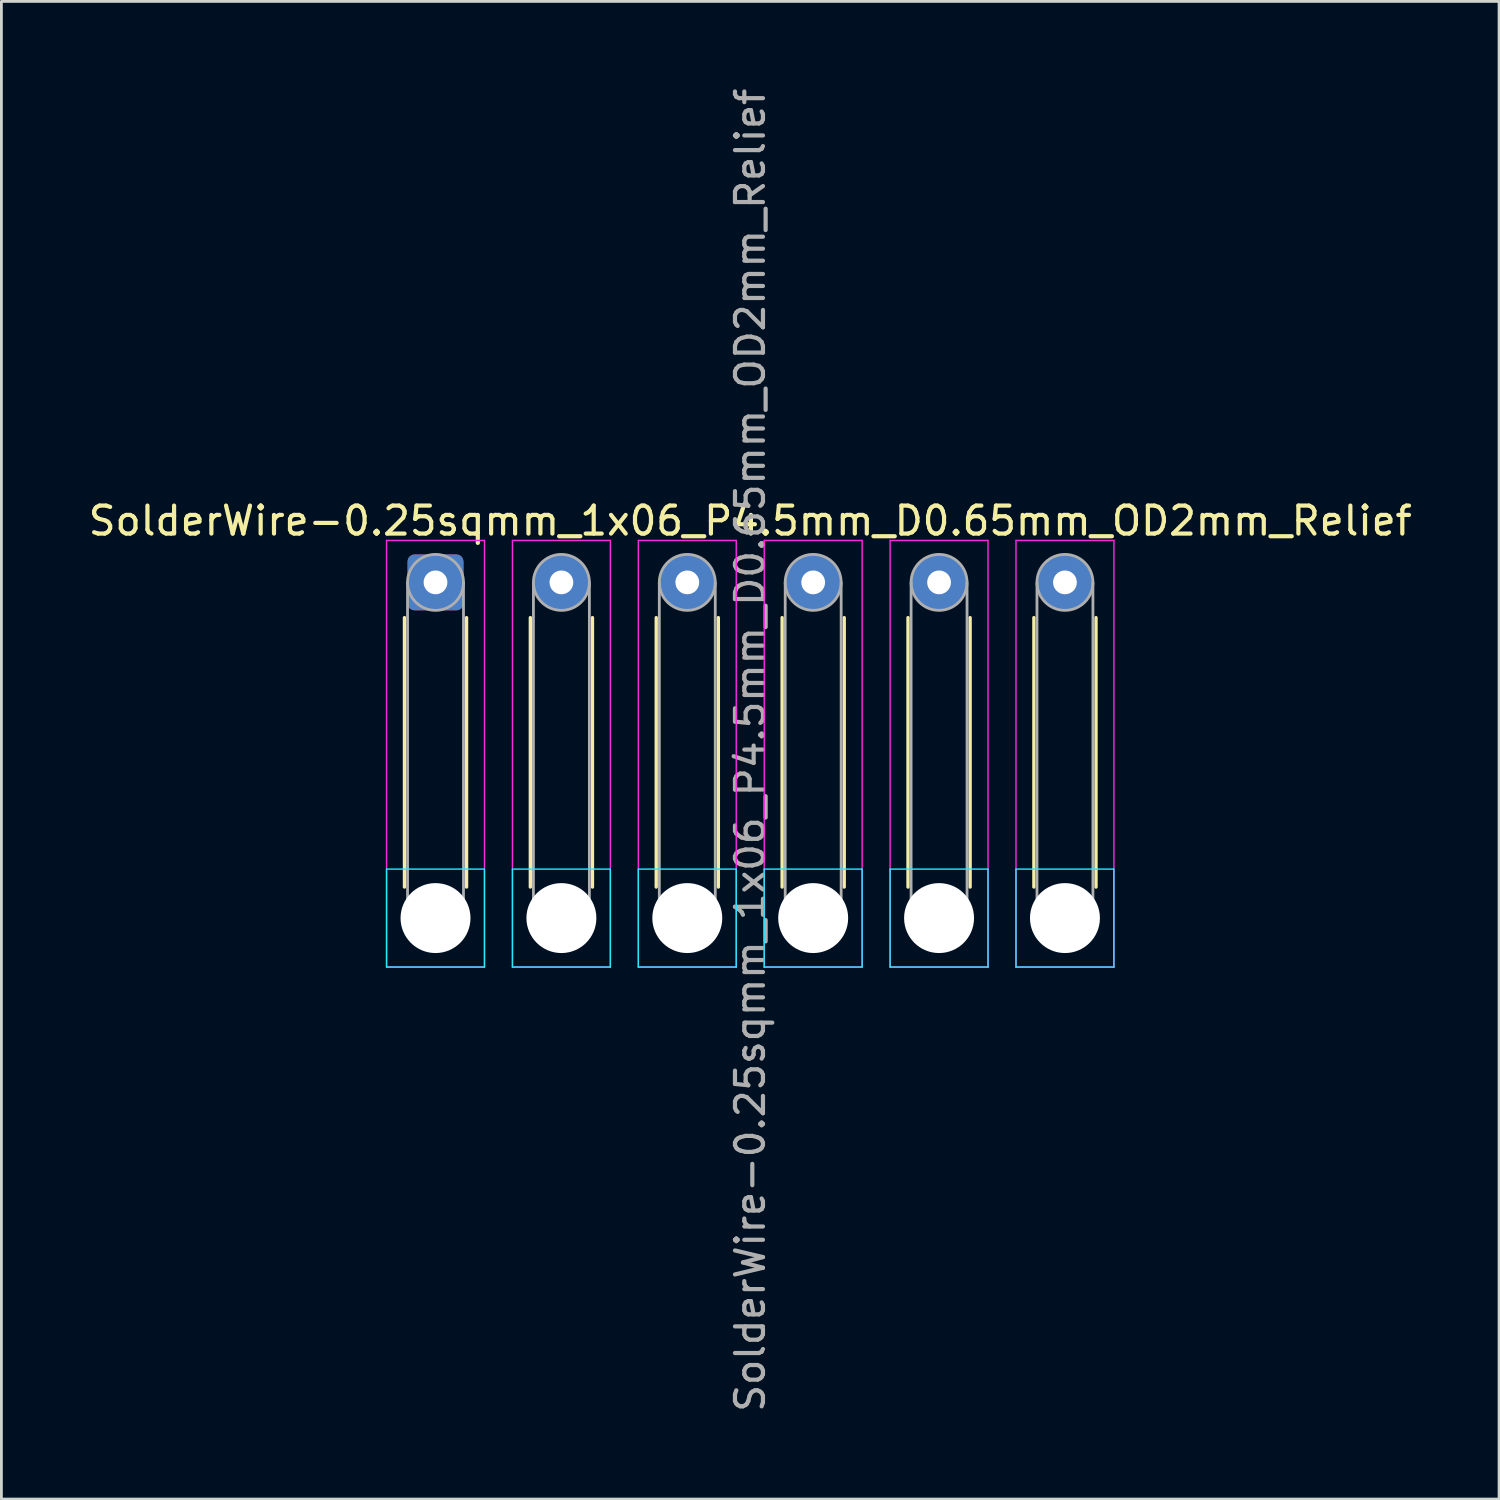
<source format=kicad_pcb>
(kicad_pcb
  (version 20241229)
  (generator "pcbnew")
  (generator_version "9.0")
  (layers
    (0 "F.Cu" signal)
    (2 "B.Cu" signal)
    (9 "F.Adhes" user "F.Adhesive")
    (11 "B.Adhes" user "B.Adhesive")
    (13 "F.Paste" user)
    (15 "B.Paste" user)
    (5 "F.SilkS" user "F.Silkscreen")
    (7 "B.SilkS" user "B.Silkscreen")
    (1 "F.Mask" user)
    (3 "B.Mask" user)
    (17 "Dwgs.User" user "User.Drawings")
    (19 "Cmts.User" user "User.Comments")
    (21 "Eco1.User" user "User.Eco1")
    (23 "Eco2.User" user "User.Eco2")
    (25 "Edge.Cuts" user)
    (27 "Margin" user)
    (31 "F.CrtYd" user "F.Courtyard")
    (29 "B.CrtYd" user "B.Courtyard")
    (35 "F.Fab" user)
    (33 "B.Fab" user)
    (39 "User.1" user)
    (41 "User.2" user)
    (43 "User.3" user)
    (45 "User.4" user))
  (footprint "SolderWire-0.25sqmm_1x06_P4.5mm_D0.65mm_OD2mm_Relief"
    (layer "F.Cu")
    (at 12.518 17.768)
    (property "Reference" "SolderWire-0.25sqmm_1x06_P4.5mm_D0.65mm_OD2mm_Relief" (at 11.25 -2.2 0) (layer "F.SilkS") (effects (font (size 1 1) (thickness 0.15))))
    (attr exclude_from_pos_files exclude_from_bom)
    (fp_line (start -1.11 1.26) (end -1.11 10.89) (stroke (width 0.12) (type solid)) (layer "F.SilkS"))
    (fp_line (start 1.11 1.26) (end 1.11 10.89) (stroke (width 0.12) (type solid)) (layer "F.SilkS"))
    (fp_line (start 3.39 1.26) (end 3.39 10.89) (stroke (width 0.12) (type solid)) (layer "F.SilkS"))
    (fp_line (start 5.61 1.26) (end 5.61 10.89) (stroke (width 0.12) (type solid)) (layer "F.SilkS"))
    (fp_line (start 7.89 1.26) (end 7.89 10.89) (stroke (width 0.12) (type solid)) (layer "F.SilkS"))
    (fp_line (start 10.11 1.26) (end 10.11 10.89) (stroke (width 0.12) (type solid)) (layer "F.SilkS"))
    (fp_line (start 12.39 1.26) (end 12.39 10.89) (stroke (width 0.12) (type solid)) (layer "F.SilkS"))
    (fp_line (start 14.61 1.26) (end 14.61 10.89) (stroke (width 0.12) (type solid)) (layer "F.SilkS"))
    (fp_line (start 16.89 1.26) (end 16.89 10.89) (stroke (width 0.12) (type solid)) (layer "F.SilkS"))
    (fp_line (start 19.11 1.26) (end 19.11 10.89) (stroke (width 0.12) (type solid)) (layer "F.SilkS"))
    (fp_line (start 21.39 1.26) (end 21.39 10.89) (stroke (width 0.12) (type solid)) (layer "F.SilkS"))
    (fp_line (start 23.61 1.26) (end 23.61 10.89) (stroke (width 0.12) (type solid)) (layer "F.SilkS"))
    (fp_line (start -1.75 10.25) (end -1.75 13.75) (stroke (width 0.05) (type solid)) (layer "B.CrtYd"))
    (fp_line (start -1.75 13.75) (end 1.75 13.75) (stroke (width 0.05) (type solid)) (layer "B.CrtYd"))
    (fp_line (start 1.75 10.25) (end -1.75 10.25) (stroke (width 0.05) (type solid)) (layer "B.CrtYd"))
    (fp_line (start 1.75 13.75) (end 1.75 10.25) (stroke (width 0.05) (type solid)) (layer "B.CrtYd"))
    (fp_line (start 2.75 10.25) (end 2.75 13.75) (stroke (width 0.05) (type solid)) (layer "B.CrtYd"))
    (fp_line (start 2.75 13.75) (end 6.25 13.75) (stroke (width 0.05) (type solid)) (layer "B.CrtYd"))
    (fp_line (start 6.25 10.25) (end 2.75 10.25) (stroke (width 0.05) (type solid)) (layer "B.CrtYd"))
    (fp_line (start 6.25 13.75) (end 6.25 10.25) (stroke (width 0.05) (type solid)) (layer "B.CrtYd"))
    (fp_line (start 7.25 10.25) (end 7.25 13.75) (stroke (width 0.05) (type solid)) (layer "B.CrtYd"))
    (fp_line (start 7.25 13.75) (end 10.75 13.75) (stroke (width 0.05) (type solid)) (layer "B.CrtYd"))
    (fp_line (start 10.75 10.25) (end 7.25 10.25) (stroke (width 0.05) (type solid)) (layer "B.CrtYd"))
    (fp_line (start 10.75 13.75) (end 10.75 10.25) (stroke (width 0.05) (type solid)) (layer "B.CrtYd"))
    (fp_line (start 11.75 10.25) (end 11.75 13.75) (stroke (width 0.05) (type solid)) (layer "B.CrtYd"))
    (fp_line (start 11.75 13.75) (end 15.25 13.75) (stroke (width 0.05) (type solid)) (layer "B.CrtYd"))
    (fp_line (start 15.25 10.25) (end 11.75 10.25) (stroke (width 0.05) (type solid)) (layer "B.CrtYd"))
    (fp_line (start 15.25 13.75) (end 15.25 10.25) (stroke (width 0.05) (type solid)) (layer "B.CrtYd"))
    (fp_line (start 16.25 10.25) (end 16.25 13.75) (stroke (width 0.05) (type solid)) (layer "B.CrtYd"))
    (fp_line (start 16.25 13.75) (end 19.75 13.75) (stroke (width 0.05) (type solid)) (layer "B.CrtYd"))
    (fp_line (start 19.75 10.25) (end 16.25 10.25) (stroke (width 0.05) (type solid)) (layer "B.CrtYd"))
    (fp_line (start 19.75 13.75) (end 19.75 10.25) (stroke (width 0.05) (type solid)) (layer "B.CrtYd"))
    (fp_line (start 20.75 10.25) (end 20.75 13.75) (stroke (width 0.05) (type solid)) (layer "B.CrtYd"))
    (fp_line (start 20.75 13.75) (end 24.25 13.75) (stroke (width 0.05) (type solid)) (layer "B.CrtYd"))
    (fp_line (start 24.25 10.25) (end 20.75 10.25) (stroke (width 0.05) (type solid)) (layer "B.CrtYd"))
    (fp_line (start 24.25 13.75) (end 24.25 10.25) (stroke (width 0.05) (type solid)) (layer "B.CrtYd"))
    (fp_line (start -1.75 -1.5) (end -1.75 13.75) (stroke (width 0.05) (type solid)) (layer "F.CrtYd"))
    (fp_line (start -1.75 13.75) (end 1.75 13.75) (stroke (width 0.05) (type solid)) (layer "F.CrtYd"))
    (fp_line (start 1.75 -1.5) (end -1.75 -1.5) (stroke (width 0.05) (type solid)) (layer "F.CrtYd"))
    (fp_line (start 1.75 13.75) (end 1.75 -1.5) (stroke (width 0.05) (type solid)) (layer "F.CrtYd"))
    (fp_line (start 2.75 -1.5) (end 2.75 13.75) (stroke (width 0.05) (type solid)) (layer "F.CrtYd"))
    (fp_line (start 2.75 13.75) (end 6.25 13.75) (stroke (width 0.05) (type solid)) (layer "F.CrtYd"))
    (fp_line (start 6.25 -1.5) (end 2.75 -1.5) (stroke (width 0.05) (type solid)) (layer "F.CrtYd"))
    (fp_line (start 6.25 13.75) (end 6.25 -1.5) (stroke (width 0.05) (type solid)) (layer "F.CrtYd"))
    (fp_line (start 7.25 -1.5) (end 7.25 13.75) (stroke (width 0.05) (type solid)) (layer "F.CrtYd"))
    (fp_line (start 7.25 13.75) (end 10.75 13.75) (stroke (width 0.05) (type solid)) (layer "F.CrtYd"))
    (fp_line (start 10.75 -1.5) (end 7.25 -1.5) (stroke (width 0.05) (type solid)) (layer "F.CrtYd"))
    (fp_line (start 10.75 13.75) (end 10.75 -1.5) (stroke (width 0.05) (type solid)) (layer "F.CrtYd"))
    (fp_line (start 11.75 -1.5) (end 11.75 13.75) (stroke (width 0.05) (type solid)) (layer "F.CrtYd"))
    (fp_line (start 11.75 13.75) (end 15.25 13.75) (stroke (width 0.05) (type solid)) (layer "F.CrtYd"))
    (fp_line (start 15.25 -1.5) (end 11.75 -1.5) (stroke (width 0.05) (type solid)) (layer "F.CrtYd"))
    (fp_line (start 15.25 13.75) (end 15.25 -1.5) (stroke (width 0.05) (type solid)) (layer "F.CrtYd"))
    (fp_line (start 16.25 -1.5) (end 16.25 13.75) (stroke (width 0.05) (type solid)) (layer "F.CrtYd"))
    (fp_line (start 16.25 13.75) (end 19.75 13.75) (stroke (width 0.05) (type solid)) (layer "F.CrtYd"))
    (fp_line (start 19.75 -1.5) (end 16.25 -1.5) (stroke (width 0.05) (type solid)) (layer "F.CrtYd"))
    (fp_line (start 19.75 13.75) (end 19.75 -1.5) (stroke (width 0.05) (type solid)) (layer "F.CrtYd"))
    (fp_line (start 20.75 -1.5) (end 20.75 13.75) (stroke (width 0.05) (type solid)) (layer "F.CrtYd"))
    (fp_line (start 20.75 13.75) (end 24.25 13.75) (stroke (width 0.05) (type solid)) (layer "F.CrtYd"))
    (fp_line (start 24.25 -1.5) (end 20.75 -1.5) (stroke (width 0.05) (type solid)) (layer "F.CrtYd"))
    (fp_line (start 24.25 13.75) (end 24.25 -1.5) (stroke (width 0.05) (type solid)) (layer "F.CrtYd"))
    (fp_line (start -1 0) (end -1 12) (stroke (width 0.1) (type solid)) (layer "F.Fab"))
    (fp_line (start 1 0) (end 1 12) (stroke (width 0.1) (type solid)) (layer "F.Fab"))
    (fp_line (start 3.5 0) (end 3.5 12) (stroke (width 0.1) (type solid)) (layer "F.Fab"))
    (fp_line (start 5.5 0) (end 5.5 12) (stroke (width 0.1) (type solid)) (layer "F.Fab"))
    (fp_line (start 8 0) (end 8 12) (stroke (width 0.1) (type solid)) (layer "F.Fab"))
    (fp_line (start 10 0) (end 10 12) (stroke (width 0.1) (type solid)) (layer "F.Fab"))
    (fp_line (start 12.5 0) (end 12.5 12) (stroke (width 0.1) (type solid)) (layer "F.Fab"))
    (fp_line (start 14.5 0) (end 14.5 12) (stroke (width 0.1) (type solid)) (layer "F.Fab"))
    (fp_line (start 17 0) (end 17 12) (stroke (width 0.1) (type solid)) (layer "F.Fab"))
    (fp_line (start 19 0) (end 19 12) (stroke (width 0.1) (type solid)) (layer "F.Fab"))
    (fp_line (start 21.5 0) (end 21.5 12) (stroke (width 0.1) (type solid)) (layer "F.Fab"))
    (fp_line (start 23.5 0) (end 23.5 12) (stroke (width 0.1) (type solid)) (layer "F.Fab"))
    (fp_circle (center 0 0) (end 1 0) (stroke (width 0.1) (type solid)) (fill no) (layer "F.Fab"))
    (fp_circle (center 0 12) (end 1 12) (stroke (width 0.1) (type solid)) (fill no) (layer "F.Fab"))
    (fp_circle (center 4.5 0) (end 5.5 0) (stroke (width 0.1) (type solid)) (fill no) (layer "F.Fab"))
    (fp_circle (center 4.5 12) (end 5.5 12) (stroke (width 0.1) (type solid)) (fill no) (layer "F.Fab"))
    (fp_circle (center 9 0) (end 10 0) (stroke (width 0.1) (type solid)) (fill no) (layer "F.Fab"))
    (fp_circle (center 9 12) (end 10 12) (stroke (width 0.1) (type solid)) (fill no) (layer "F.Fab"))
    (fp_circle (center 13.5 0) (end 14.5 0) (stroke (width 0.1) (type solid)) (fill no) (layer "F.Fab"))
    (fp_circle (center 13.5 12) (end 14.5 12) (stroke (width 0.1) (type solid)) (fill no) (layer "F.Fab"))
    (fp_circle (center 18 0) (end 19 0) (stroke (width 0.1) (type solid)) (fill no) (layer "F.Fab"))
    (fp_circle (center 18 12) (end 19 12) (stroke (width 0.1) (type solid)) (fill no) (layer "F.Fab"))
    (fp_circle (center 22.5 0) (end 23.5 0) (stroke (width 0.1) (type solid)) (fill no) (layer "F.Fab"))
    (fp_circle (center 22.5 12) (end 23.5 12) (stroke (width 0.1) (type solid)) (fill no) (layer "F.Fab"))
    (fp_text user "${REFERENCE}" (at 11.25 6 90) (layer "F.Fab") (effects (font (size 1 1) (thickness 0.15))))
    (pad "" np_thru_hole circle (at 0 12) (size 2.5 2.5) (drill 2.5) (layers "*.Cu" "*.Mask"))
    (pad "" np_thru_hole circle (at 4.5 12) (size 2.5 2.5) (drill 2.5) (layers "*.Cu" "*.Mask"))
    (pad "" np_thru_hole circle (at 9 12) (size 2.5 2.5) (drill 2.5) (layers "*.Cu" "*.Mask"))
    (pad "" np_thru_hole circle (at 13.5 12) (size 2.5 2.5) (drill 2.5) (layers "*.Cu" "*.Mask"))
    (pad "" np_thru_hole circle (at 18 12) (size 2.5 2.5) (drill 2.5) (layers "*.Cu" "*.Mask"))
    (pad "" np_thru_hole circle (at 22.5 12) (size 2.5 2.5) (drill 2.5) (layers "*.Cu" "*.Mask"))
    (pad "1" thru_hole roundrect (at 0 0) (size 2 2) (drill 0.85) (layers "*.Cu" "*.Mask") (roundrect_rratio 0.125))
    (pad "2" thru_hole circle (at 4.5 0) (size 2 2) (drill 0.85) (layers "*.Cu" "*.Mask"))
    (pad "3" thru_hole circle (at 9 0) (size 2 2) (drill 0.85) (layers "*.Cu" "*.Mask"))
    (pad "4" thru_hole circle (at 13.5 0) (size 2 2) (drill 0.85) (layers "*.Cu" "*.Mask"))
    (pad "5" thru_hole circle (at 18 0) (size 2 2) (drill 0.85) (layers "*.Cu" "*.Mask"))
    (pad "6" thru_hole circle (at 22.5 0) (size 2 2) (drill 0.85) (layers "*.Cu" "*.Mask")))
  (gr_rect
    (start -3 -3)
    (end 50.536 50.536)
    (stroke (width 0.1) (type default))
    (fill no)
    (layer "Edge.Cuts")))
</source>
